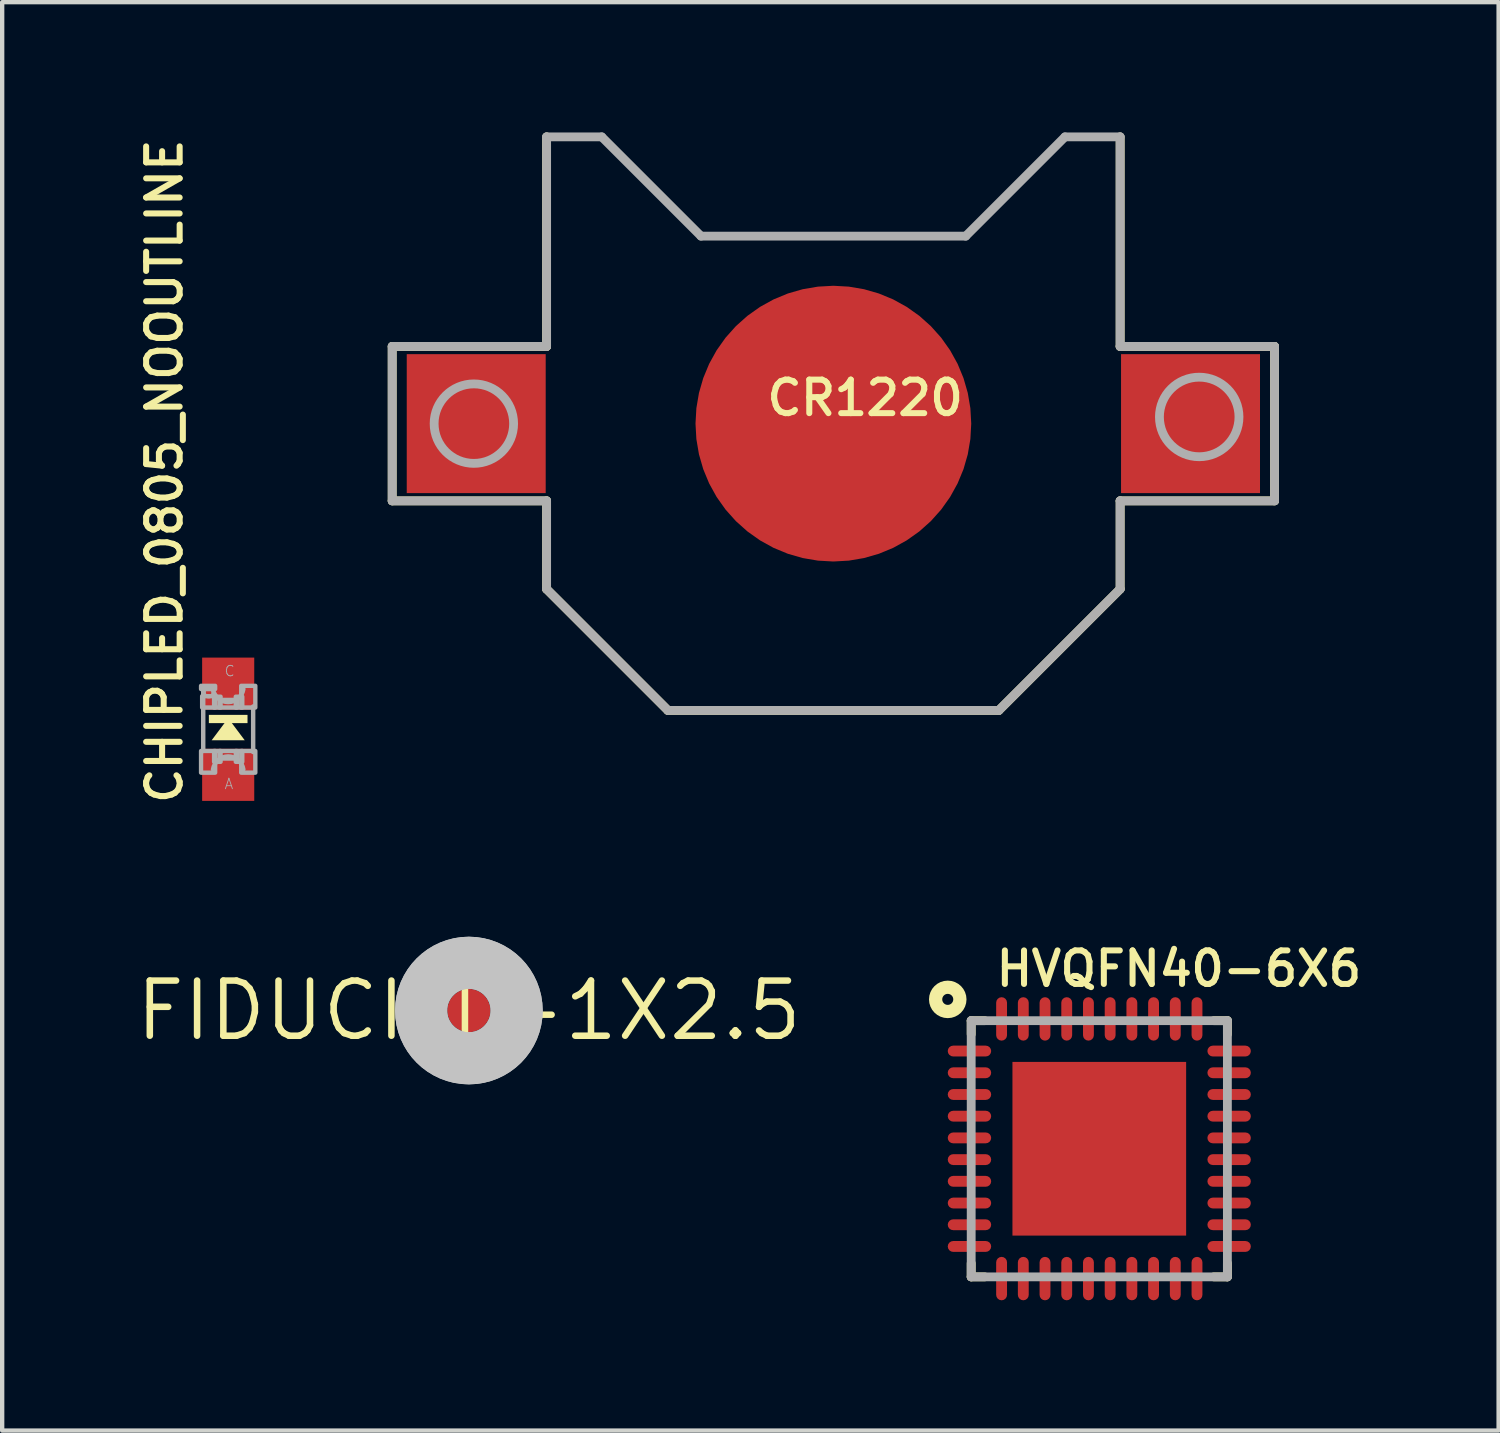
<source format=kicad_pcb>
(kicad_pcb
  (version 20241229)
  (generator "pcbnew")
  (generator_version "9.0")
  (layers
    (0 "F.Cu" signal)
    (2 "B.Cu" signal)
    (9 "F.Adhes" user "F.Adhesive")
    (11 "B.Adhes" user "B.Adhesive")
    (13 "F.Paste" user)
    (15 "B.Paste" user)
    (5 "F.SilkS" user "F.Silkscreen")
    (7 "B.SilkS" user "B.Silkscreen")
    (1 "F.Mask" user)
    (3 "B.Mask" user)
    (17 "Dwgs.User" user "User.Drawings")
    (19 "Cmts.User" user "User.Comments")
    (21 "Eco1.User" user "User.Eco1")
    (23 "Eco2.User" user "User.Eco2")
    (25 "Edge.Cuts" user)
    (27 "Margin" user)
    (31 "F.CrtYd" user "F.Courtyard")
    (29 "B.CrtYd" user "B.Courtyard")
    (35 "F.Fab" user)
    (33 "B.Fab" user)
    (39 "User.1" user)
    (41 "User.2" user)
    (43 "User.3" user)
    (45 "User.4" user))
  (footprint "CR1220"
    (layer "F.Cu")
    (at 16.142 6.706)
    (property "Reference" "CR1220" (at -1.602 -0.14 180) (layer "F.SilkS") (effects (font (size 0.772 0.772) (thickness 0.139)) (justify left bottom)))
    (attr through_hole)
    (fp_circle (center 0 0) (end 3.141 0) (stroke (width 6.282) (type solid)) (fill no) (layer "F.Mask"))
    (fp_line (start -10.16 -1.778) (end -10.16 1.778) (stroke (width 0.203) (type solid)) (layer "F.SilkS"))
    (fp_line (start -10.16 1.778) (end -6.604 1.778) (stroke (width 0.203) (type solid)) (layer "F.SilkS"))
    (fp_line (start -6.604 -6.604) (end -6.604 -1.778) (stroke (width 0.203) (type solid)) (layer "F.SilkS"))
    (fp_line (start -6.604 -1.778) (end -10.16 -1.778) (stroke (width 0.203) (type solid)) (layer "F.SilkS"))
    (fp_line (start -6.604 1.778) (end -6.604 3.81) (stroke (width 0.203) (type solid)) (layer "F.SilkS"))
    (fp_line (start -6.604 3.81) (end -3.81 6.604) (stroke (width 0.203) (type solid)) (layer "F.SilkS"))
    (fp_line (start -3.81 6.604) (end 3.81 6.604) (stroke (width 0.203) (type solid)) (layer "F.SilkS"))
    (fp_line (start 3.81 6.604) (end 6.604 3.81) (stroke (width 0.203) (type solid)) (layer "F.SilkS"))
    (fp_line (start 6.604 -1.778) (end 6.604 -6.604) (stroke (width 0.203) (type solid)) (layer "F.SilkS"))
    (fp_line (start 6.604 1.778) (end 10.16 1.778) (stroke (width 0.203) (type solid)) (layer "F.SilkS"))
    (fp_line (start 6.604 3.81) (end 6.604 1.778) (stroke (width 0.203) (type solid)) (layer "F.SilkS"))
    (fp_line (start 10.16 -1.778) (end 6.604 -1.778) (stroke (width 0.203) (type solid)) (layer "F.SilkS"))
    (fp_line (start 10.16 1.778) (end 10.16 -1.778) (stroke (width 0.203) (type solid)) (layer "F.SilkS"))
    (fp_line (start -10.16 -1.778) (end -10.16 1.778) (stroke (width 0.203) (type solid)) (layer "F.Fab"))
    (fp_line (start -10.16 1.778) (end -6.604 1.778) (stroke (width 0.203) (type solid)) (layer "F.Fab"))
    (fp_line (start -6.604 -6.604) (end -6.604 -1.778) (stroke (width 0.203) (type solid)) (layer "F.Fab"))
    (fp_line (start -6.604 -1.778) (end -10.16 -1.778) (stroke (width 0.203) (type solid)) (layer "F.Fab"))
    (fp_line (start -6.604 1.778) (end -6.604 3.81) (stroke (width 0.203) (type solid)) (layer "F.Fab"))
    (fp_line (start -6.604 3.81) (end -3.81 6.604) (stroke (width 0.203) (type solid)) (layer "F.Fab"))
    (fp_line (start -5.334 -6.604) (end -6.604 -6.604) (stroke (width 0.203) (type solid)) (layer "F.Fab"))
    (fp_line (start -3.81 6.604) (end 3.81 6.604) (stroke (width 0.203) (type solid)) (layer "F.Fab"))
    (fp_line (start -3.048 -4.318) (end -5.334 -6.604) (stroke (width 0.203) (type solid)) (layer "F.Fab"))
    (fp_line (start 3.048 -4.318) (end -3.048 -4.318) (stroke (width 0.203) (type solid)) (layer "F.Fab"))
    (fp_line (start 3.81 6.604) (end 6.604 3.81) (stroke (width 0.203) (type solid)) (layer "F.Fab"))
    (fp_line (start 5.334 -6.604) (end 3.048 -4.318) (stroke (width 0.203) (type solid)) (layer "F.Fab"))
    (fp_line (start 6.604 -6.604) (end 5.334 -6.604) (stroke (width 0.203) (type solid)) (layer "F.Fab"))
    (fp_line (start 6.604 -1.778) (end 6.604 -6.604) (stroke (width 0.203) (type solid)) (layer "F.Fab"))
    (fp_line (start 6.604 1.778) (end 10.16 1.778) (stroke (width 0.203) (type solid)) (layer "F.Fab"))
    (fp_line (start 6.604 3.81) (end 6.604 1.778) (stroke (width 0.203) (type solid)) (layer "F.Fab"))
    (fp_line (start 10.16 -1.778) (end 6.604 -1.778) (stroke (width 0.203) (type solid)) (layer "F.Fab"))
    (fp_line (start 10.16 1.778) (end 10.16 -1.778) (stroke (width 0.203) (type solid)) (layer "F.Fab"))
    (fp_circle (center -8.279 0) (end -7.364 0) (stroke (width 0.203) (type solid)) (fill no) (layer "F.Fab"))
    (fp_circle (center 8.425 -0.154) (end 9.341 -0.154) (stroke (width 0.203) (type solid)) (fill no) (layer "F.Fab"))
    (pad "+$1" smd rect (at -8.225 0) (size 3.2 3.2) (layers "F.Cu" "F.Mask" "F.Paste"))
    (pad "+$1" smd rect (at 8.225 0) (size 3.2 3.2) (layers "F.Cu" "F.Mask" "F.Paste"))
    (pad "-" smd roundrect (at 0 0) (size 6.35 6.35) (layers "F.Cu" "F.Mask") (roundrect_rratio 0.5)))
  (footprint "CHIPLED_0805_NOOUTLINE"
    (layer "F.Cu")
    (at 2.205 13.744)
    (property "Reference" "CHIPLED_0805_NOOUTLINE" (at -1.016 1.778 270) (layer "F.SilkS") (effects (font (size 0.772 0.772) (thickness 0.139)) (justify left bottom)))
    (attr through_hole)
    (fp_poly (pts (xy 0 -0.254) (xy -0.381 0.254) (xy 0.381 0.254)) (stroke (width 0) (type solid)) (fill yes) (layer "F.SilkS"))
    (fp_poly (pts (xy -0.445 -0.141) (xy 0.445 -0.141) (xy 0.445 -0.331) (xy -0.445 -0.331)) (stroke (width 0) (type solid)) (fill yes) (layer "F.SilkS"))
    (fp_line (start -0.575 0.5) (end -0.575 -0.925) (stroke (width 0.102) (type solid)) (layer "F.Fab"))
    (fp_line (start 0.575 -0.525) (end 0.575 0.525) (stroke (width 0.102) (type solid)) (layer "F.Fab"))
    (fp_arc (start -0.35 0.925) (mid -0.000001 0.625027) (end 0.35 0.924998) (stroke (width 0.1016) (type solid)) (layer "F.Fab"))
    (fp_arc (start 0.35 -0.924998) (mid -0.000001 -0.625027) (end -0.35 -0.925) (stroke (width 0.1016) (type solid)) (layer "F.Fab"))
    (fp_circle (center -0.45 -0.85) (end -0.347 -0.85) (stroke (width 0.076) (type solid)) (fill no) (layer "F.Fab"))
    (fp_poly (pts (xy -0.625 -0.925) (xy -0.3 -0.925) (xy -0.3 -1) (xy -0.625 -1)) (stroke (width 0.1) (type solid)) (fill no) (layer "F.Fab"))
    (fp_poly (pts (xy -0.625 1) (xy -0.3 1) (xy -0.3 0.5) (xy -0.625 0.5)) (stroke (width 0.1) (type solid)) (fill no) (layer "F.Fab"))
    (fp_poly (pts (xy -0.6 -0.5) (xy -0.3 -0.5) (xy -0.3 -0.762) (xy -0.6 -0.762)) (stroke (width 0.1) (type solid)) (fill no) (layer "F.Fab"))
    (fp_poly (pts (xy -0.325 -0.5) (xy -0.175 -0.5) (xy -0.175 -0.75) (xy -0.325 -0.75)) (stroke (width 0.1) (type solid)) (fill no) (layer "F.Fab"))
    (fp_poly (pts (xy -0.325 0.75) (xy -0.175 0.75) (xy -0.175 0.5) (xy -0.325 0.5)) (stroke (width 0.1) (type solid)) (fill no) (layer "F.Fab"))
    (fp_poly (pts (xy -0.2 -0.5) (xy 0.2 -0.5) (xy 0.2 -0.675) (xy -0.2 -0.675)) (stroke (width 0.1) (type solid)) (fill no) (layer "F.Fab"))
    (fp_poly (pts (xy -0.2 0.675) (xy 0.2 0.675) (xy 0.2 0.5) (xy -0.2 0.5)) (stroke (width 0.1) (type solid)) (fill no) (layer "F.Fab"))
    (fp_poly (pts (xy 0.175 -0.5) (xy 0.325 -0.5) (xy 0.325 -0.75) (xy 0.175 -0.75)) (stroke (width 0.1) (type solid)) (fill no) (layer "F.Fab"))
    (fp_poly (pts (xy 0.175 0.75) (xy 0.325 0.75) (xy 0.325 0.5) (xy 0.175 0.5)) (stroke (width 0.1) (type solid)) (fill no) (layer "F.Fab"))
    (fp_poly (pts (xy 0.3 -0.5) (xy 0.625 -0.5) (xy 0.625 -1) (xy 0.3 -1)) (stroke (width 0.1) (type solid)) (fill no) (layer "F.Fab"))
    (fp_poly (pts (xy 0.3 1) (xy 0.625 1) (xy 0.625 0.5) (xy 0.3 0.5)) (stroke (width 0.1) (type solid)) (fill no) (layer "F.Fab"))
    (fp_text user "C" (at -0.1 -1.2 0) (layer "F.Fab") (effects (font (size 0.241 0.241) (thickness 0.02)) (justify left bottom)))
    (fp_text user "A" (at -0.1 1.4 0) (layer "F.Fab") (effects (font (size 0.241 0.241) (thickness 0.02)) (justify left bottom)))
    (pad "A" smd rect (at 0 1.05) (size 1.2 1.2) (layers "F.Cu" "F.Mask" "F.Paste"))
    (pad "C" smd rect (at 0 -1.05) (size 1.2 1.2) (layers "F.Cu" "F.Mask" "F.Paste")))
  (footprint "FIDUCIAL-1X2.5"
    (layer "F.Cu")
    (at 7.748 20.222)
    (property "Reference" "FIDUCIAL-1X2.5" (at 0 0 0) (layer "F.SilkS") (effects (font (size 1.27 1.27) (thickness 0.15))))
    (attr through_hole)
    (fp_circle (center 0 0) (end 1.1 0) (stroke (width 1.2) (type solid)) (fill no) (layer "F.Mask"))
    (fp_circle (center 0 0) (end 1.1 0) (stroke (width 1.2) (type solid)) (fill no) (layer "Dwgs.User"))
    (fp_circle (center 0 0) (end 1.1 0) (stroke (width 1.2) (type solid)) (fill no) (layer "Dwgs.User"))
    (fp_text user "1mm" (at -0.508 1.016 0) (layer "F.SilkS") (effects (font (size 0.386 0.386) (thickness 0.033)) (justify left bottom)))
    (pad "1" smd roundrect (at 0 0) (size 1 1) (layers "F.Cu" "F.Mask") (roundrect_rratio 0.5)))
  (footprint "HVQFN40-6X6"
    (layer "F.Cu")
    (at 22.266 23.405)
    (property "Reference" "HVQFN40-6X6" (at -2.45 -3.694 0) (layer "F.SilkS") (effects (font (size 0.772 0.772) (thickness 0.139)) (justify left bottom)))
    (attr through_hole)
    (fp_line (start -2.95 -2.95) (end -2.95 -2.638) (stroke (width 0.203) (type solid)) (layer "F.SilkS"))
    (fp_line (start -2.95 -2.95) (end -2.638 -2.95) (stroke (width 0.203) (type solid)) (layer "F.SilkS"))
    (fp_line (start -2.95 2.638) (end -2.95 2.95) (stroke (width 0.203) (type solid)) (layer "F.SilkS"))
    (fp_line (start -2.95 2.95) (end -2.638 2.95) (stroke (width 0.203) (type solid)) (layer "F.SilkS"))
    (fp_line (start 2.638 -2.95) (end 2.95 -2.95) (stroke (width 0.203) (type solid)) (layer "F.SilkS"))
    (fp_line (start 2.638 2.95) (end 2.95 2.95) (stroke (width 0.203) (type solid)) (layer "F.SilkS"))
    (fp_line (start 2.95 -2.638) (end 2.95 -2.95) (stroke (width 0.203) (type solid)) (layer "F.SilkS"))
    (fp_line (start 2.95 2.95) (end 2.95 2.638) (stroke (width 0.203) (type solid)) (layer "F.SilkS"))
    (fp_circle (center -3.49 -3.44) (end -3.363 -3.44) (stroke (width 0.305) (type solid)) (fill no) (layer "F.SilkS"))
    (fp_poly (pts (xy -1.8 -0.8) (xy -0.8 -0.8) (xy -0.8 -1.8) (xy -1.8 -1.8)) (stroke (width 0) (type solid)) (fill yes) (layer "F.Paste"))
    (fp_poly (pts (xy -1.8 0.5) (xy -0.8 0.5) (xy -0.8 -0.5) (xy -1.8 -0.5)) (stroke (width 0) (type solid)) (fill yes) (layer "F.Paste"))
    (fp_poly (pts (xy -1.8 1.8) (xy -0.8 1.8) (xy -0.8 0.8) (xy -1.8 0.8)) (stroke (width 0) (type solid)) (fill yes) (layer "F.Paste"))
    (fp_poly (pts (xy -0.5 -0.8) (xy 0.5 -0.8) (xy 0.5 -1.8) (xy -0.5 -1.8)) (stroke (width 0) (type solid)) (fill yes) (layer "F.Paste"))
    (fp_poly (pts (xy -0.5 0.5) (xy 0.5 0.5) (xy 0.5 -0.5) (xy -0.5 -0.5)) (stroke (width 0) (type solid)) (fill yes) (layer "F.Paste"))
    (fp_poly (pts (xy -0.5 1.8) (xy 0.5 1.8) (xy 0.5 0.8) (xy -0.5 0.8)) (stroke (width 0) (type solid)) (fill yes) (layer "F.Paste"))
    (fp_poly (pts (xy 0.8 -0.8) (xy 1.8 -0.8) (xy 1.8 -1.8) (xy 0.8 -1.8)) (stroke (width 0) (type solid)) (fill yes) (layer "F.Paste"))
    (fp_poly (pts (xy 0.8 0.5) (xy 1.8 0.5) (xy 1.8 -0.5) (xy 0.8 -0.5)) (stroke (width 0) (type solid)) (fill yes) (layer "F.Paste"))
    (fp_poly (pts (xy 0.8 1.8) (xy 1.8 1.8) (xy 1.8 0.8) (xy 0.8 0.8)) (stroke (width 0) (type solid)) (fill yes) (layer "F.Paste"))
    (fp_line (start -2.95 -2.95) (end -2.95 2.95) (stroke (width 0.203) (type solid)) (layer "F.Fab"))
    (fp_line (start -2.95 -2.95) (end 2.95 -2.95) (stroke (width 0.203) (type solid)) (layer "F.Fab"))
    (fp_line (start -2.95 2.95) (end 2.95 2.95) (stroke (width 0.203) (type solid)) (layer "F.Fab"))
    (fp_line (start 2.95 2.95) (end 2.95 -2.95) (stroke (width 0.203) (type solid)) (layer "F.Fab"))
    (pad "1" smd roundrect (at -2.99 -2.25 90) (size 0.25 1) (layers "F.Cu" "F.Mask" "F.Paste") (roundrect_rratio 0.5))
    (pad "2" smd roundrect (at -2.99 -1.75 90) (size 0.25 1) (layers "F.Cu" "F.Mask" "F.Paste") (roundrect_rratio 0.5))
    (pad "3" smd roundrect (at -2.99 -1.25 90) (size 0.25 1) (layers "F.Cu" "F.Mask" "F.Paste") (roundrect_rratio 0.5))
    (pad "4" smd roundrect (at -2.99 -0.75 90) (size 0.25 1) (layers "F.Cu" "F.Mask" "F.Paste") (roundrect_rratio 0.5))
    (pad "5" smd roundrect (at -2.99 -0.25 90) (size 0.25 1) (layers "F.Cu" "F.Mask" "F.Paste") (roundrect_rratio 0.5))
    (pad "6" smd roundrect (at -2.99 0.25 90) (size 0.25 1) (layers "F.Cu" "F.Mask" "F.Paste") (roundrect_rratio 0.5))
    (pad "7" smd roundrect (at -2.99 0.75 90) (size 0.25 1) (layers "F.Cu" "F.Mask" "F.Paste") (roundrect_rratio 0.5))
    (pad "8" smd roundrect (at -2.99 1.25 90) (size 0.25 1) (layers "F.Cu" "F.Mask" "F.Paste") (roundrect_rratio 0.5))
    (pad "9" smd roundrect (at -2.99 1.75 90) (size 0.25 1) (layers "F.Cu" "F.Mask" "F.Paste") (roundrect_rratio 0.5))
    (pad "10" smd roundrect (at -2.99 2.25 90) (size 0.25 1) (layers "F.Cu" "F.Mask" "F.Paste") (roundrect_rratio 0.5))
    (pad "11" smd roundrect (at -2.25 2.99 180) (size 0.25 1) (layers "F.Cu" "F.Mask" "F.Paste") (roundrect_rratio 0.5))
    (pad "12" smd roundrect (at -1.75 2.99 180) (size 0.25 1) (layers "F.Cu" "F.Mask" "F.Paste") (roundrect_rratio 0.5))
    (pad "13" smd roundrect (at -1.25 2.99 180) (size 0.25 1) (layers "F.Cu" "F.Mask" "F.Paste") (roundrect_rratio 0.5))
    (pad "14" smd roundrect (at -0.75 2.99 180) (size 0.25 1) (layers "F.Cu" "F.Mask" "F.Paste") (roundrect_rratio 0.5))
    (pad "15" smd roundrect (at -0.25 2.99 180) (size 0.25 1) (layers "F.Cu" "F.Mask" "F.Paste") (roundrect_rratio 0.5))
    (pad "16" smd roundrect (at 0.25 2.99 180) (size 0.25 1) (layers "F.Cu" "F.Mask" "F.Paste") (roundrect_rratio 0.5))
    (pad "17" smd roundrect (at 0.75 2.99 180) (size 0.25 1) (layers "F.Cu" "F.Mask" "F.Paste") (roundrect_rratio 0.5))
    (pad "18" smd roundrect (at 1.25 2.99 180) (size 0.25 1) (layers "F.Cu" "F.Mask" "F.Paste") (roundrect_rratio 0.5))
    (pad "19" smd roundrect (at 1.75 2.99 180) (size 0.25 1) (layers "F.Cu" "F.Mask" "F.Paste") (roundrect_rratio 0.5))
    (pad "20" smd roundrect (at 2.25 2.99 180) (size 0.25 1) (layers "F.Cu" "F.Mask" "F.Paste") (roundrect_rratio 0.5))
    (pad "21" smd roundrect (at 2.99 2.25 270) (size 0.25 1) (layers "F.Cu" "F.Mask" "F.Paste") (roundrect_rratio 0.5))
    (pad "22" smd roundrect (at 2.99 1.75 270) (size 0.25 1) (layers "F.Cu" "F.Mask" "F.Paste") (roundrect_rratio 0.5))
    (pad "23" smd roundrect (at 2.99 1.25 270) (size 0.25 1) (layers "F.Cu" "F.Mask" "F.Paste") (roundrect_rratio 0.5))
    (pad "24" smd roundrect (at 2.99 0.75 270) (size 0.25 1) (layers "F.Cu" "F.Mask" "F.Paste") (roundrect_rratio 0.5))
    (pad "25" smd roundrect (at 2.99 0.25 270) (size 0.25 1) (layers "F.Cu" "F.Mask" "F.Paste") (roundrect_rratio 0.5))
    (pad "26" smd roundrect (at 2.99 -0.25 270) (size 0.25 1) (layers "F.Cu" "F.Mask" "F.Paste") (roundrect_rratio 0.5))
    (pad "27" smd roundrect (at 2.99 -0.75 270) (size 0.25 1) (layers "F.Cu" "F.Mask" "F.Paste") (roundrect_rratio 0.5))
    (pad "28" smd roundrect (at 2.99 -1.25 270) (size 0.25 1) (layers "F.Cu" "F.Mask" "F.Paste") (roundrect_rratio 0.5))
    (pad "29" smd roundrect (at 2.99 -1.75 270) (size 0.25 1) (layers "F.Cu" "F.Mask" "F.Paste") (roundrect_rratio 0.5))
    (pad "30" smd roundrect (at 2.99 -2.25 270) (size 0.25 1) (layers "F.Cu" "F.Mask" "F.Paste") (roundrect_rratio 0.5))
    (pad "31" smd roundrect (at 2.25 -2.99) (size 0.25 1) (layers "F.Cu" "F.Mask" "F.Paste") (roundrect_rratio 0.5))
    (pad "32" smd roundrect (at 1.75 -2.99) (size 0.25 1) (layers "F.Cu" "F.Mask" "F.Paste") (roundrect_rratio 0.5))
    (pad "33" smd roundrect (at 1.25 -2.99) (size 0.25 1) (layers "F.Cu" "F.Mask" "F.Paste") (roundrect_rratio 0.5))
    (pad "34" smd roundrect (at 0.75 -2.99) (size 0.25 1) (layers "F.Cu" "F.Mask" "F.Paste") (roundrect_rratio 0.5))
    (pad "35" smd roundrect (at 0.25 -2.99) (size 0.25 1) (layers "F.Cu" "F.Mask" "F.Paste") (roundrect_rratio 0.5))
    (pad "36" smd roundrect (at -0.25 -2.99) (size 0.25 1) (layers "F.Cu" "F.Mask" "F.Paste") (roundrect_rratio 0.5))
    (pad "37" smd roundrect (at -0.75 -2.99) (size 0.25 1) (layers "F.Cu" "F.Mask" "F.Paste") (roundrect_rratio 0.5))
    (pad "38" smd roundrect (at -1.25 -2.99) (size 0.25 1) (layers "F.Cu" "F.Mask" "F.Paste") (roundrect_rratio 0.5))
    (pad "39" smd roundrect (at -1.75 -2.99) (size 0.25 1) (layers "F.Cu" "F.Mask" "F.Paste") (roundrect_rratio 0.5))
    (pad "40" smd roundrect (at -2.25 -2.99) (size 0.25 1) (layers "F.Cu" "F.Mask" "F.Paste") (roundrect_rratio 0.5))
    (pad "TP" smd rect (at 0 0) (size 4 4) (layers "F.Cu" "F.Mask")))
  (gr_rect
    (start -3 -3)
    (end 31.462 29.895)
    (stroke (width 0.1) (type default))
    (fill no)
    (layer "Edge.Cuts")))
</source>
